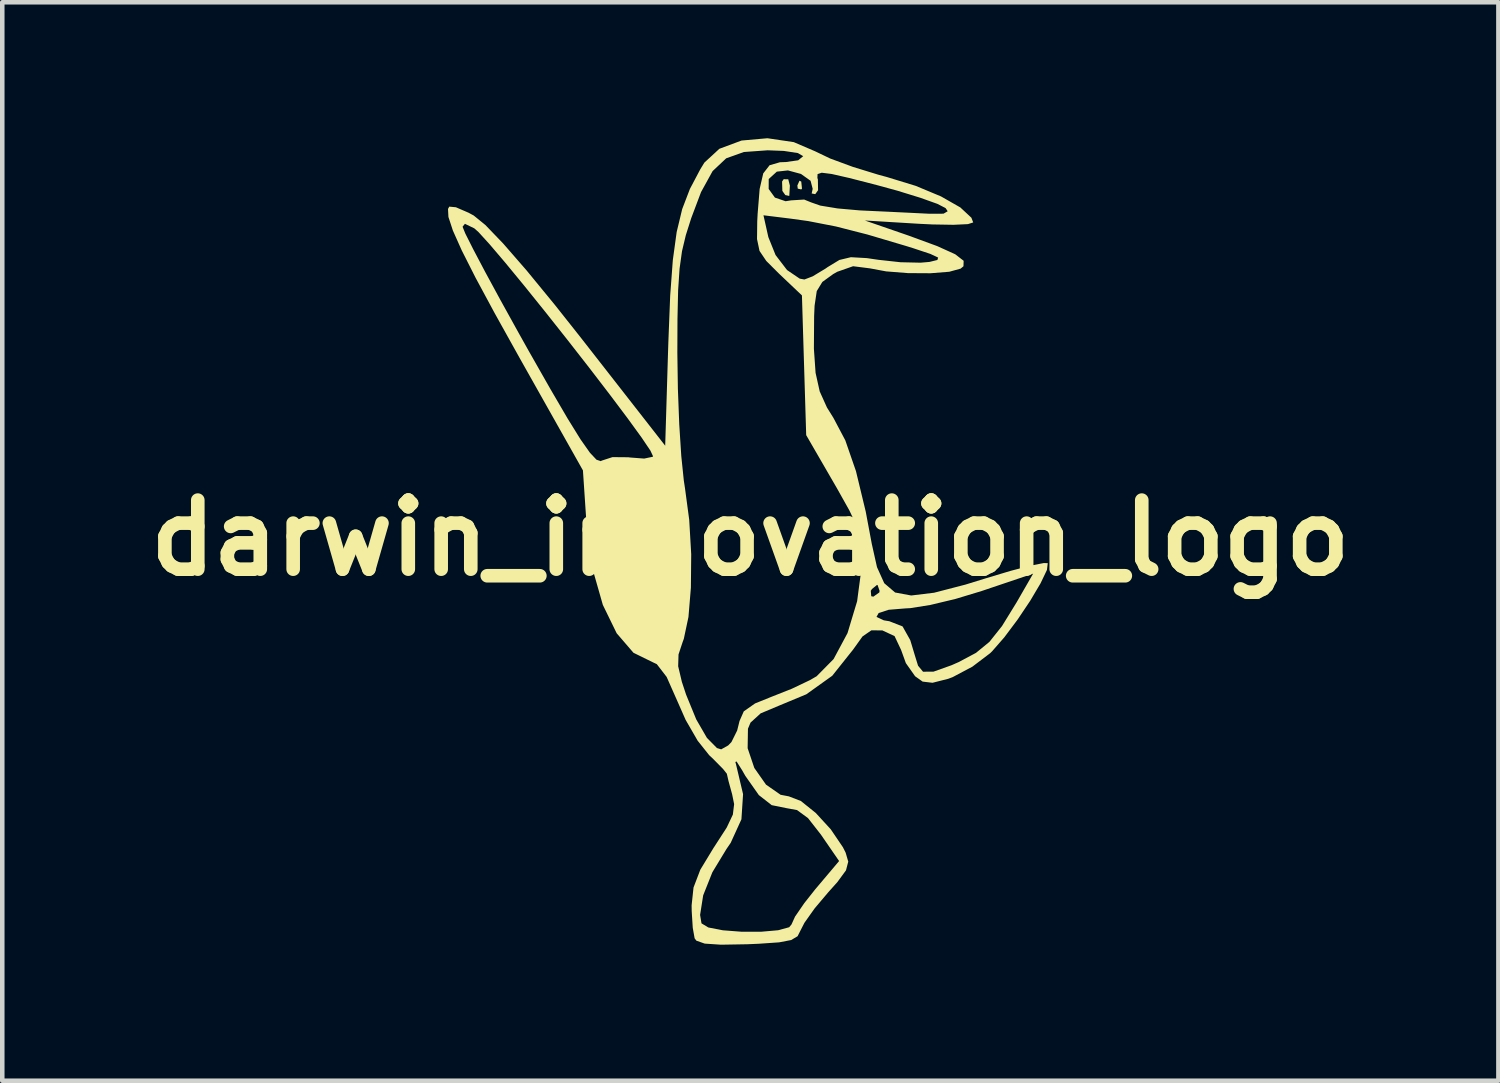
<source format=kicad_pcb>
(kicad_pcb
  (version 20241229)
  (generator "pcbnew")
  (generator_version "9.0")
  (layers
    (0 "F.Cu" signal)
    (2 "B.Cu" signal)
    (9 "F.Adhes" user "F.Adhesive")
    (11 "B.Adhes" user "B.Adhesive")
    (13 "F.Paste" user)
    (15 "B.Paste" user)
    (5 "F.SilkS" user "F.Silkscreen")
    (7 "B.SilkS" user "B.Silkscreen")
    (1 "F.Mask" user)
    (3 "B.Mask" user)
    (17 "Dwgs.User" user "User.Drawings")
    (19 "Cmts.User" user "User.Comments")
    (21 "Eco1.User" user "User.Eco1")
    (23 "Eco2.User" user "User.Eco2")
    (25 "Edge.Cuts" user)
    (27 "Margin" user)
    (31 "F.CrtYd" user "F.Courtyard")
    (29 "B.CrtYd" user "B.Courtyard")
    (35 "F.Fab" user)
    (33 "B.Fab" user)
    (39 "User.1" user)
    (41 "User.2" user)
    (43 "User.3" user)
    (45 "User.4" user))
  (footprint "darwin_innovation_logo"
    (layer "F.Cu")
    (at 13.506 8.819)
    (property "Reference" "darwin_innovation_logo" (at 0 0 0) (layer "F.SilkS") (effects (font (size 1.524 1.524) (thickness 0.3))))
    (attr board_only exclude_from_pos_files exclude_from_bom)
    (fp_poly (pts (xy 1.123 -7.862) (xy 1.139 -7.708) (xy 1.123 -7.689) (xy 1.046 -7.707) (xy 1.037 -7.776) (xy 1.084 -7.882)) (stroke (width 0) (type solid)) (fill yes) (layer "F.SilkS"))
    (fp_poly (pts (xy 0.836 -7.913) (xy 0.872 -7.774) (xy 0.859 -7.546) (xy 0.771 -7.565) (xy 0.706 -7.657) (xy 0.7 -7.864) (xy 0.735 -7.915)) (stroke (width 0) (type solid)) (fill yes) (layer "F.SilkS"))
    (fp_poly (pts (xy 0.958 -8.733) (xy 1.426 -8.532) (xy 1.763 -8.371) (xy 2.262 -8.187) (xy 2.831 -8.012) (xy 3.006 -7.965) (xy 3.649 -7.768) (xy 4.207 -7.535) (xy 4.633 -7.292) (xy 4.877 -7.065) (xy 4.917 -6.961) (xy 4.801 -6.924) (xy 4.482 -6.909) (xy 4.018 -6.917) (xy 3.726 -6.931) (xy 2.527 -7.004) (xy 3.494 -6.67) (xy 4.123 -6.439) (xy 4.52 -6.259) (xy 4.706 -6.115) (xy 4.702 -5.994) (xy 4.639 -5.942) (xy 4.389 -5.873) (xy 3.972 -5.84) (xy 3.478 -5.843) (xy 2.997 -5.881) (xy 2.637 -5.948) (xy 2.267 -5.995) (xy 1.916 -5.872) (xy 1.827 -5.821) (xy 1.588 -5.648) (xy 1.465 -5.446) (xy 1.417 -5.123) (xy 1.407 -4.894) (xy 1.402 -4.173) (xy 1.439 -3.642) (xy 1.53 -3.233) (xy 1.69 -2.878) (xy 1.832 -2.65) (xy 2.095 -2.153) (xy 2.33 -1.474) (xy 2.545 -0.584) (xy 2.679 0.13) (xy 2.794 0.644) (xy 2.954 0.999) (xy 3.194 1.204) (xy 3.549 1.27) (xy 4.054 1.209) (xy 4.744 1.03) (xy 5.202 0.889) (xy 5.74 0.727) (xy 6.183 0.611) (xy 6.475 0.554) (xy 6.562 0.557) (xy 6.544 0.706) (xy 6.403 1.001) (xy 6.175 1.386) (xy 5.896 1.802) (xy 5.604 2.192) (xy 5.334 2.501) (xy 5.29 2.544) (xy 4.898 2.841) (xy 4.464 3.071) (xy 4.366 3.108) (xy 4.019 3.196) (xy 3.801 3.17) (xy 3.635 3.052) (xy 3.431 2.762) (xy 3.326 2.472) (xy 3.182 2.166) (xy 2.914 2.041) (xy 2.671 2.038) (xy 2.475 2.173) (xy 2.268 2.462) (xy 1.807 3.041) (xy 1.235 3.45) (xy 0.653 3.692) (xy 0.227 3.871) (xy 0.004 4.074) (xy -0.053 4.209) (xy -0.06 4.639) (xy 0.087 5.075) (xy 0.345 5.443) (xy 0.667 5.667) (xy 0.849 5.702) (xy 1.114 5.804) (xy 1.443 6.068) (xy 1.774 6.429) (xy 2.043 6.826) (xy 2.103 6.946) (xy 2.16 7.142) (xy 2.11 7.334) (xy 1.921 7.592) (xy 1.719 7.818) (xy 1.419 8.173) (xy 1.193 8.492) (xy 1.11 8.654) (xy 1.042 8.788) (xy 0.901 8.872) (xy 0.635 8.923) (xy 0.187 8.954) (xy -0.069 8.965) (xy -0.647 8.975) (xy -1.007 8.951) (xy -1.191 8.886) (xy -1.23 8.834) (xy -1.271 8.602) (xy -1.289 8.318) (xy -1.109 8.318) (xy -1.078 8.504) (xy -0.927 8.595) (xy -0.608 8.657) (xy -0.194 8.689) (xy 0.238 8.689) (xy 0.613 8.656) (xy 0.856 8.59) (xy 0.907 8.529) (xy 0.986 8.355) (xy 1.19 8.058) (xy 1.432 7.752) (xy 1.958 7.129) (xy 1.556 6.545) (xy 1.272 6.182) (xy 1.029 6.004) (xy 0.791 5.961) (xy 0.471 5.896) (xy 0.187 5.674) (xy -0.109 5.253) (xy -0.186 5.119) (xy -0.305 4.932) (xy -0.331 4.944) (xy -0.318 4.989) (xy -0.161 5.653) (xy -0.197 6.208) (xy -0.434 6.728) (xy -0.526 6.862) (xy -0.838 7.376) (xy -1.041 7.886) (xy -1.109 8.318) (xy -1.289 8.318) (xy -1.294 8.233) (xy -1.296 8.106) (xy -1.254 7.713) (xy -1.104 7.32) (xy -0.811 6.837) (xy -0.791 6.807) (xy -0.522 6.391) (xy -0.386 6.104) (xy -0.358 5.873) (xy -0.402 5.656) (xy -0.482 5.365) (xy -0.518 5.207) (xy -0.518 5.204) (xy -0.604 5.096) (xy -0.817 4.88) (xy -0.909 4.793) (xy -1.163 4.474) (xy -1.428 4.015) (xy -1.608 3.607) (xy -1.847 3.067) (xy -2.064 2.785) (xy -2.157 2.741) (xy -2.579 2.534) (xy -2.95 2.103) (xy -3.255 1.477) (xy -3.48 0.689) (xy -3.609 -0.231) (xy -3.616 -0.324) (xy -3.694 -1.49) (xy -5.093 -3.974) (xy -5.641 -4.958) (xy -6.063 -5.741) (xy -6.367 -6.342) (xy -6.564 -6.783) (xy -6.591 -6.866) (xy -6.35 -6.866) (xy -6.289 -6.716) (xy -6.117 -6.374) (xy -5.854 -5.875) (xy -5.516 -5.252) (xy -5.122 -4.54) (xy -4.9 -4.143) (xy -4.413 -3.287) (xy -4.034 -2.638) (xy -3.748 -2.176) (xy -3.539 -1.879) (xy -3.395 -1.726) (xy -3.3 -1.694) (xy -3.279 -1.706) (xy -3.042 -1.783) (xy -2.693 -1.78) (xy -2.658 -1.775) (xy -2.343 -1.751) (xy -2.157 -1.79) (xy -2.147 -1.801) (xy -2.205 -1.926) (xy -2.402 -2.218) (xy -2.71 -2.642) (xy -3.103 -3.165) (xy -3.554 -3.753) (xy -4.037 -4.372) (xy -4.525 -4.988) (xy -4.992 -5.568) (xy -5.411 -6.077) (xy -5.755 -6.481) (xy -5.998 -6.748) (xy -6.09 -6.83) (xy -6.298 -6.931) (xy -6.35 -6.866) (xy -6.591 -6.866) (xy -6.662 -7.082) (xy -6.671 -7.259) (xy -6.643 -7.31) (xy -6.497 -7.296) (xy -6.219 -7.176) (xy -6.104 -7.114) (xy -5.846 -6.904) (xy -5.453 -6.495) (xy -4.937 -5.902) (xy -4.312 -5.14) (xy -3.758 -4.441) (xy -1.879 -2.035) (xy -1.817 -4.082) (xy -1.611 -4.082) (xy -1.599 -3.289) (xy -1.569 -2.506) (xy -1.524 -1.807) (xy -1.468 -1.264) (xy -1.443 -1.102) (xy -1.349 -0.399) (xy -1.305 0.358) (xy -1.312 1.097) (xy -1.366 1.745) (xy -1.468 2.226) (xy -1.495 2.299) (xy -1.585 2.571) (xy -1.593 2.831) (xy -1.511 3.176) (xy -1.418 3.457) (xy -1.194 4.004) (xy -0.958 4.412) (xy -0.737 4.636) (xy -0.644 4.665) (xy -0.489 4.578) (xy -0.417 4.503) (xy -0.291 4.249) (xy -0.239 4.039) (xy -0.145 3.826) (xy 0.103 3.652) (xy 0.464 3.506) (xy 0.914 3.328) (xy 1.315 3.137) (xy 1.462 3.052) (xy 1.837 2.672) (xy 2.144 2.099) (xy 2.251 1.743) (xy 2.783 1.743) (xy 2.945 1.818) (xy 3.066 1.838) (xy 3.358 1.952) (xy 3.526 2.251) (xy 3.532 2.268) (xy 3.631 2.596) (xy 3.7 2.819) (xy 3.81 2.952) (xy 4.042 2.95) (xy 4.438 2.809) (xy 4.601 2.737) (xy 4.978 2.536) (xy 5.275 2.293) (xy 5.552 1.945) (xy 5.871 1.427) (xy 5.888 1.398) (xy 6.239 0.788) (xy 5.104 1.171) (xy 4.526 1.346) (xy 3.97 1.479) (xy 3.53 1.549) (xy 3.418 1.555) (xy 3.053 1.585) (xy 2.831 1.657) (xy 2.783 1.743) (xy 2.251 1.743) (xy 2.356 1.396) (xy 2.386 1.166) (xy 2.657 1.166) (xy 2.667 1.286) (xy 2.714 1.296) (xy 2.846 1.202) (xy 2.851 1.166) (xy 2.807 1.04) (xy 2.794 1.037) (xy 2.683 1.128) (xy 2.657 1.166) (xy 2.386 1.166) (xy 2.44 0.763) (xy 2.456 0.354) (xy 2.435 0.04) (xy 2.352 -0.254) (xy 2.185 -0.606) (xy 1.912 -1.093) (xy 1.861 -1.181) (xy 1.232 -2.268) (xy 1.185 -3.809) (xy 1.138 -5.351) (xy 0.627 -5.836) (xy 0.351 -6.112) (xy 0.202 -6.333) (xy 0.147 -6.594) (xy 0.152 -6.991) (xy 0.159 -7.119) (xy 0.289 -7.119) (xy 0.397 -6.637) (xy 0.556 -6.242) (xy 0.809 -5.911) (xy 1.089 -5.721) (xy 1.193 -5.702) (xy 1.375 -5.772) (xy 1.657 -5.942) (xy 1.707 -5.977) (xy 1.964 -6.133) (xy 2.218 -6.194) (xy 2.57 -6.174) (xy 2.829 -6.136) (xy 3.313 -6.083) (xy 3.755 -6.073) (xy 3.953 -6.09) (xy 4.127 -6.133) (xy 4.143 -6.186) (xy 3.973 -6.266) (xy 3.589 -6.394) (xy 3.434 -6.442) (xy 2.581 -6.695) (xy 1.889 -6.872) (xy 1.277 -6.991) (xy 0.889 -7.045) (xy 0.289 -7.119) (xy 0.159 -7.119) (xy 0.16 -7.146) (xy 0.205 -7.7) (xy 0.205 -7.7) (xy 0.404 -7.7) (xy 0.542 -7.509) (xy 0.777 -7.429) (xy 0.897 -7.448) (xy 1.187 -7.466) (xy 1.34 -7.404) (xy 1.542 -7.333) (xy 1.925 -7.27) (xy 2.41 -7.227) (xy 2.468 -7.224) (xy 3.028 -7.198) (xy 3.562 -7.172) (xy 3.946 -7.153) (xy 4.262 -7.154) (xy 4.354 -7.208) (xy 4.307 -7.278) (xy 4.126 -7.371) (xy 3.751 -7.505) (xy 3.242 -7.662) (xy 2.785 -7.787) (xy 2.186 -7.941) (xy 1.796 -8.03) (xy 1.575 -8.058) (xy 1.483 -8.028) (xy 1.479 -7.944) (xy 1.49 -7.907) (xy 1.494 -7.672) (xy 1.432 -7.585) (xy 1.353 -7.6) (xy 1.375 -7.702) (xy 1.329 -7.88) (xy 1.117 -8.031) (xy 0.829 -8.109) (xy 0.584 -8.082) (xy 0.405 -7.919) (xy 0.404 -7.7) (xy 0.205 -7.7) (xy 0.284 -8.043) (xy 0.424 -8.223) (xy 0.652 -8.289) (xy 0.785 -8.294) (xy 1.055 -8.332) (xy 1.166 -8.423) (xy 1.048 -8.492) (xy 0.739 -8.539) (xy 0.383 -8.553) (xy -0.143 -8.515) (xy -0.533 -8.376) (xy -0.833 -8.094) (xy -1.088 -7.631) (xy -1.305 -7.055) (xy -1.424 -6.68) (xy -1.508 -6.328) (xy -1.562 -5.941) (xy -1.594 -5.461) (xy -1.608 -4.833) (xy -1.611 -4.082) (xy -1.817 -4.082) (xy -1.808 -4.354) (xy -1.769 -5.346) (xy -1.711 -6.128) (xy -1.626 -6.749) (xy -1.504 -7.256) (xy -1.334 -7.7) (xy -1.107 -8.13) (xy -1.015 -8.281) (xy -0.684 -8.586) (xy -0.195 -8.768) (xy 0.377 -8.819)) (stroke (width 0) (type solid)) (fill yes) (layer "F.SilkS")))
  (gr_rect
    (start -3 -3)
    (end 30.011 20.795)
    (stroke (width 0.1) (type default))
    (fill no)
    (layer "Edge.Cuts")))
</source>
